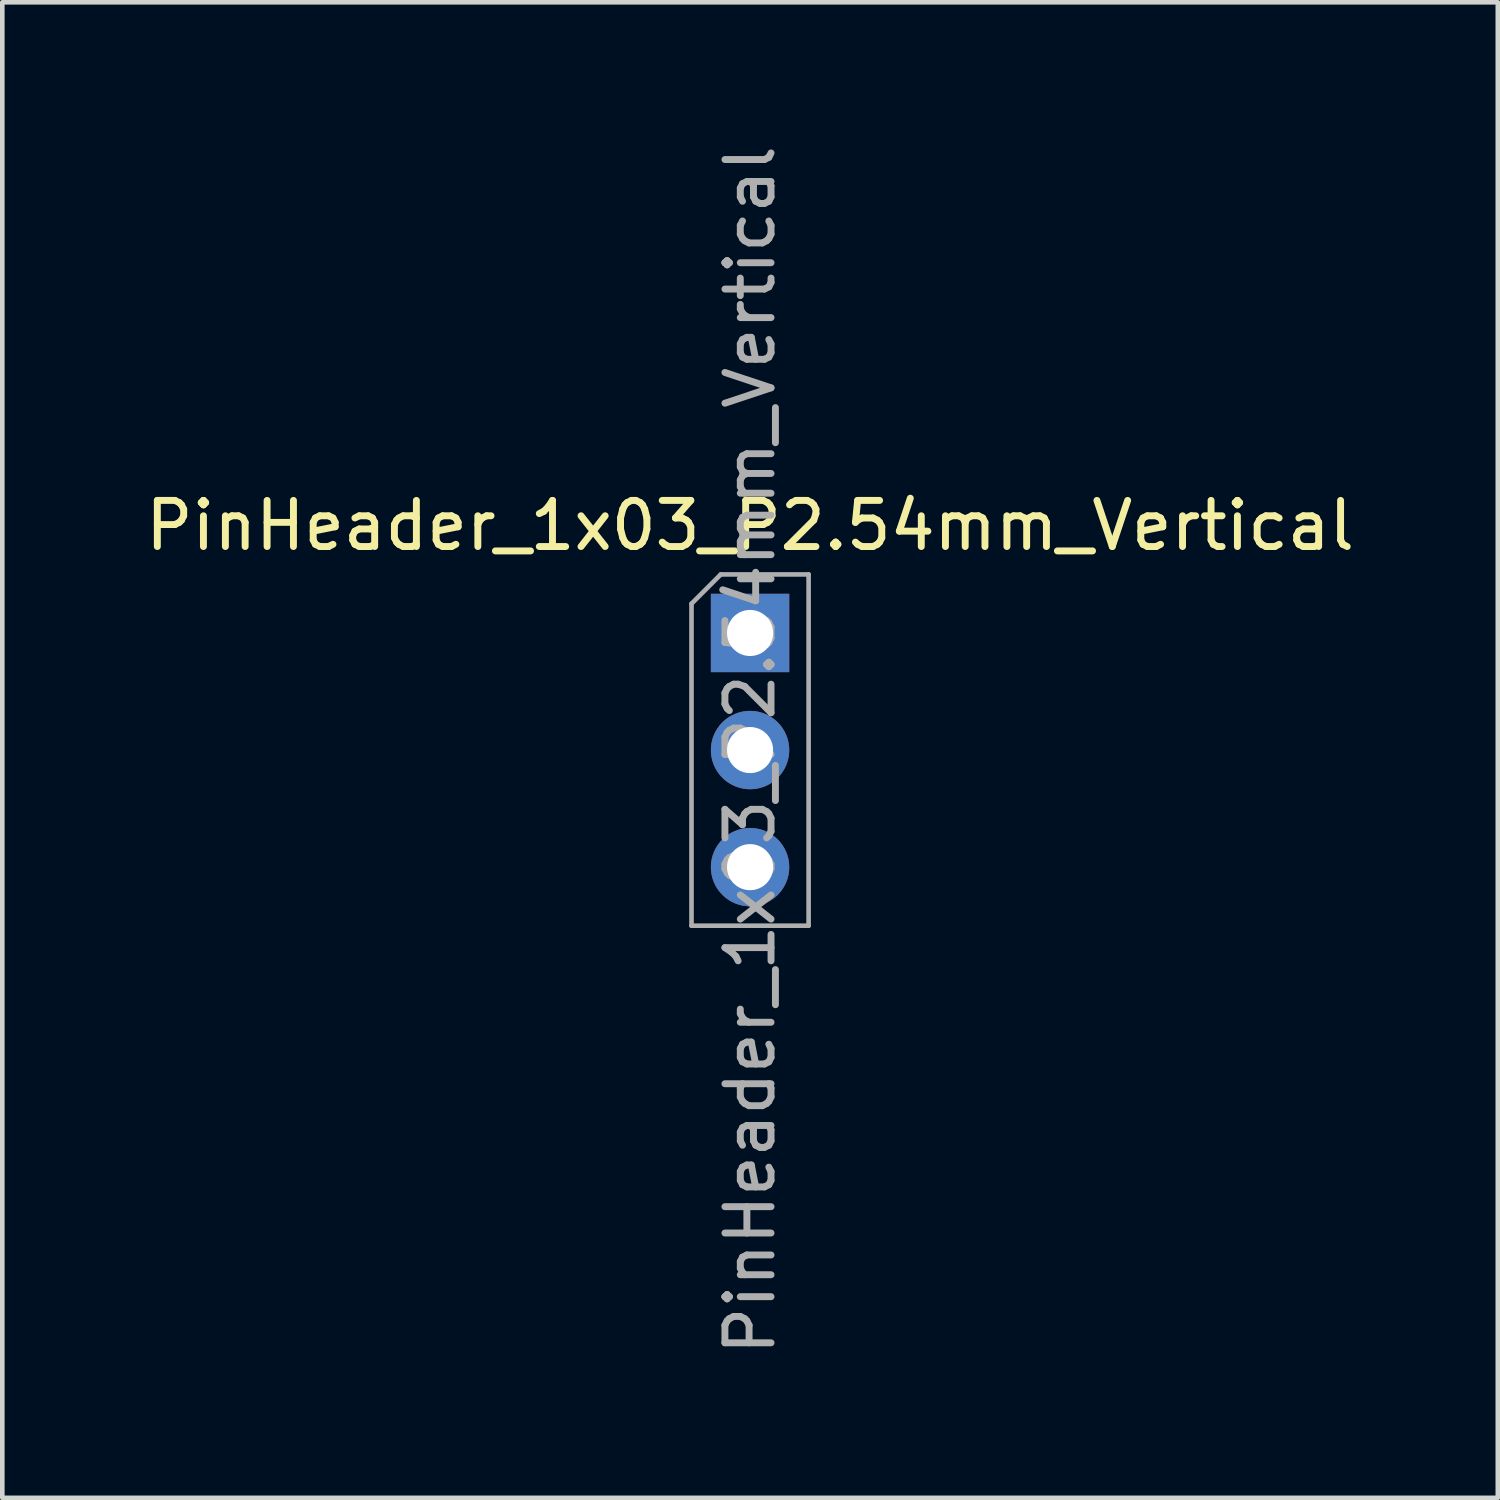
<source format=kicad_pcb>
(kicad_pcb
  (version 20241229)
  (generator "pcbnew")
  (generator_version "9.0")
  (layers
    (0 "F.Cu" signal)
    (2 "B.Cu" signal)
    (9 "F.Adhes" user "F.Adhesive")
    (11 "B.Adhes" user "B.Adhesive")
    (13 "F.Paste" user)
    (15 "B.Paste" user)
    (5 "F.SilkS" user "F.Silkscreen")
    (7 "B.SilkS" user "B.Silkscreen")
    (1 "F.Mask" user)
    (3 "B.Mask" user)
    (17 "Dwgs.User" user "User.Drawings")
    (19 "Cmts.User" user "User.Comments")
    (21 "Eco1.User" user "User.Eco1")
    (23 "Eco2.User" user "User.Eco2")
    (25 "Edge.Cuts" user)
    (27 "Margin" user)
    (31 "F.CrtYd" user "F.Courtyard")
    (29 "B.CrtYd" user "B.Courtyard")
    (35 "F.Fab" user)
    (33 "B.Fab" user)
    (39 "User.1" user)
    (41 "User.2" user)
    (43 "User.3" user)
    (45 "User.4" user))
  (footprint "PinHeader_1x03_P2.54mm_Vertical"
    (layer "F.Cu")
    (at 13.22 10.68)
    (property "Reference" "PinHeader_1x03_P2.54mm_Vertical" (at 0 -2.33 0) (layer "F.SilkS") (effects (font (size 1 1) (thickness 0.15))))
    (attr through_hole)
    (fp_line (start -1.27 -0.635) (end -0.635 -1.27) (stroke (width 0.1) (type solid)) (layer "F.Fab"))
    (fp_line (start -1.27 6.35) (end -1.27 -0.635) (stroke (width 0.1) (type solid)) (layer "F.Fab"))
    (fp_line (start -0.635 -1.27) (end 1.27 -1.27) (stroke (width 0.1) (type solid)) (layer "F.Fab"))
    (fp_line (start 1.27 -1.27) (end 1.27 6.35) (stroke (width 0.1) (type solid)) (layer "F.Fab"))
    (fp_line (start 1.27 6.35) (end -1.27 6.35) (stroke (width 0.1) (type solid)) (layer "F.Fab"))
    (fp_text user "${REFERENCE}" (at 0 2.54 90) (layer "F.Fab") (effects (font (size 1 1) (thickness 0.15))))
    (pad "1" thru_hole rect (at 0 0) (size 1.7 1.7) (drill 1) (layers "*.Cu" "*.Mask"))
    (pad "2" thru_hole oval (at 0 2.54) (size 1.7 1.7) (drill 1) (layers "*.Cu" "*.Mask"))
    (pad "3" thru_hole oval (at 0 5.08) (size 1.7 1.7) (drill 1) (layers "*.Cu" "*.Mask")))
  (gr_rect
    (start -3 -3)
    (end 29.44 29.44)
    (stroke (width 0.1) (type default))
    (fill no)
    (layer "Edge.Cuts")))
</source>
